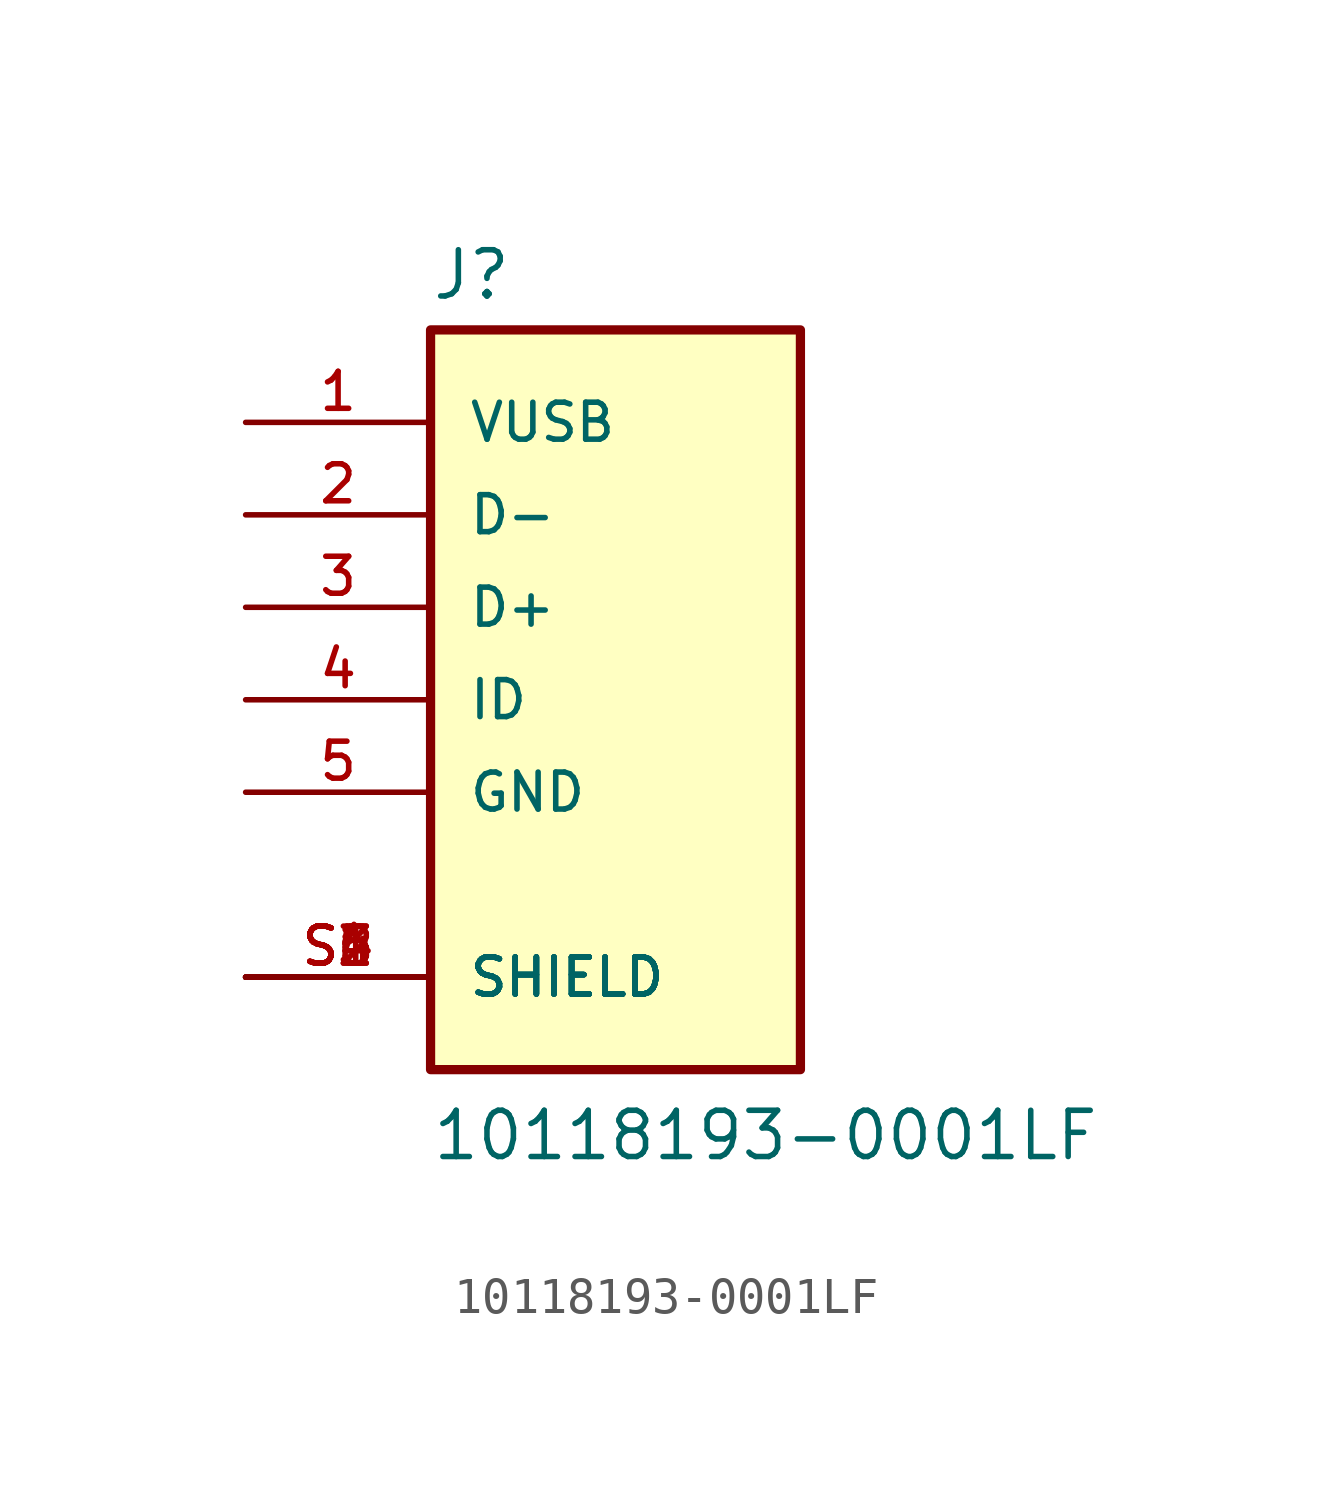
<source format=kicad_sym>
(kicad_symbol_lib
  (version 20211014)
  (generator kicad_symbol_editor)
  (symbol "10118193-0001LF"
    (pin_names
      (offset 1.016))
    (property "Reference" "J"
      (at -5.082 10.929 0)
      (effects (font (size 1.27 1.27)) (justify bottom left)))
    (property "Value" "10118193-0001LF"
      (at -5.082 -12.71 0)
      (effects (font (size 1.27 1.27)) (justify bottom left)))
    (symbol "10118193-0001LF_0_0"
      (rectangle (start -5.08 -10.16) (end 5.08 10.16) (stroke (width 0.254)) (fill (type background)))
      (pin passive line (at -10.16 7.62 0) (length 5.08) (name "VUSB" (effects (font (size 1.016 1.016)))) (number "1" (effects (font (size 1.016 1.016)))))
      (pin passive line (at -10.16 5.08 0) (length 5.08) (name "D-" (effects (font (size 1.016 1.016)))) (number "2" (effects (font (size 1.016 1.016)))))
      (pin passive line (at -10.16 2.54 0) (length 5.08) (name "D+" (effects (font (size 1.016 1.016)))) (number "3" (effects (font (size 1.016 1.016)))))
      (pin passive line (at -10.16 0.0 0) (length 5.08) (name "ID" (effects (font (size 1.016 1.016)))) (number "4" (effects (font (size 1.016 1.016)))))
      (pin passive line (at -10.16 -2.54 0) (length 5.08) (name "GND" (effects (font (size 1.016 1.016)))) (number "5" (effects (font (size 1.016 1.016)))))
      (pin passive line (at -10.16 -7.62 0) (length 5.08) (name "SHIELD" (effects (font (size 1.016 1.016)))) (number "S1" (effects (font (size 1.016 1.016)))))
      (pin passive line (at -10.16 -7.62 0) (length 5.08) (name "SHIELD" (effects (font (size 1.016 1.016)))) (number "S2" (effects (font (size 1.016 1.016)))))
      (pin passive line (at -10.16 -7.62 0) (length 5.08) (name "SHIELD" (effects (font (size 1.016 1.016)))) (number "S3" (effects (font (size 1.016 1.016)))))
      (pin passive line (at -10.16 -7.62 0) (length 5.08) (name "SHIELD" (effects (font (size 1.016 1.016)))) (number "S4" (effects (font (size 1.016 1.016)))))
      (pin passive line (at -10.16 -7.62 0) (length 5.08) (name "SHIELD" (effects (font (size 1.016 1.016)))) (number "S5" (effects (font (size 1.016 1.016)))))
      (pin passive line (at -10.16 -7.62 0) (length 5.08) (name "SHIELD" (effects (font (size 1.016 1.016)))) (number "S6" (effects (font (size 1.016 1.016))))))))
</source>
